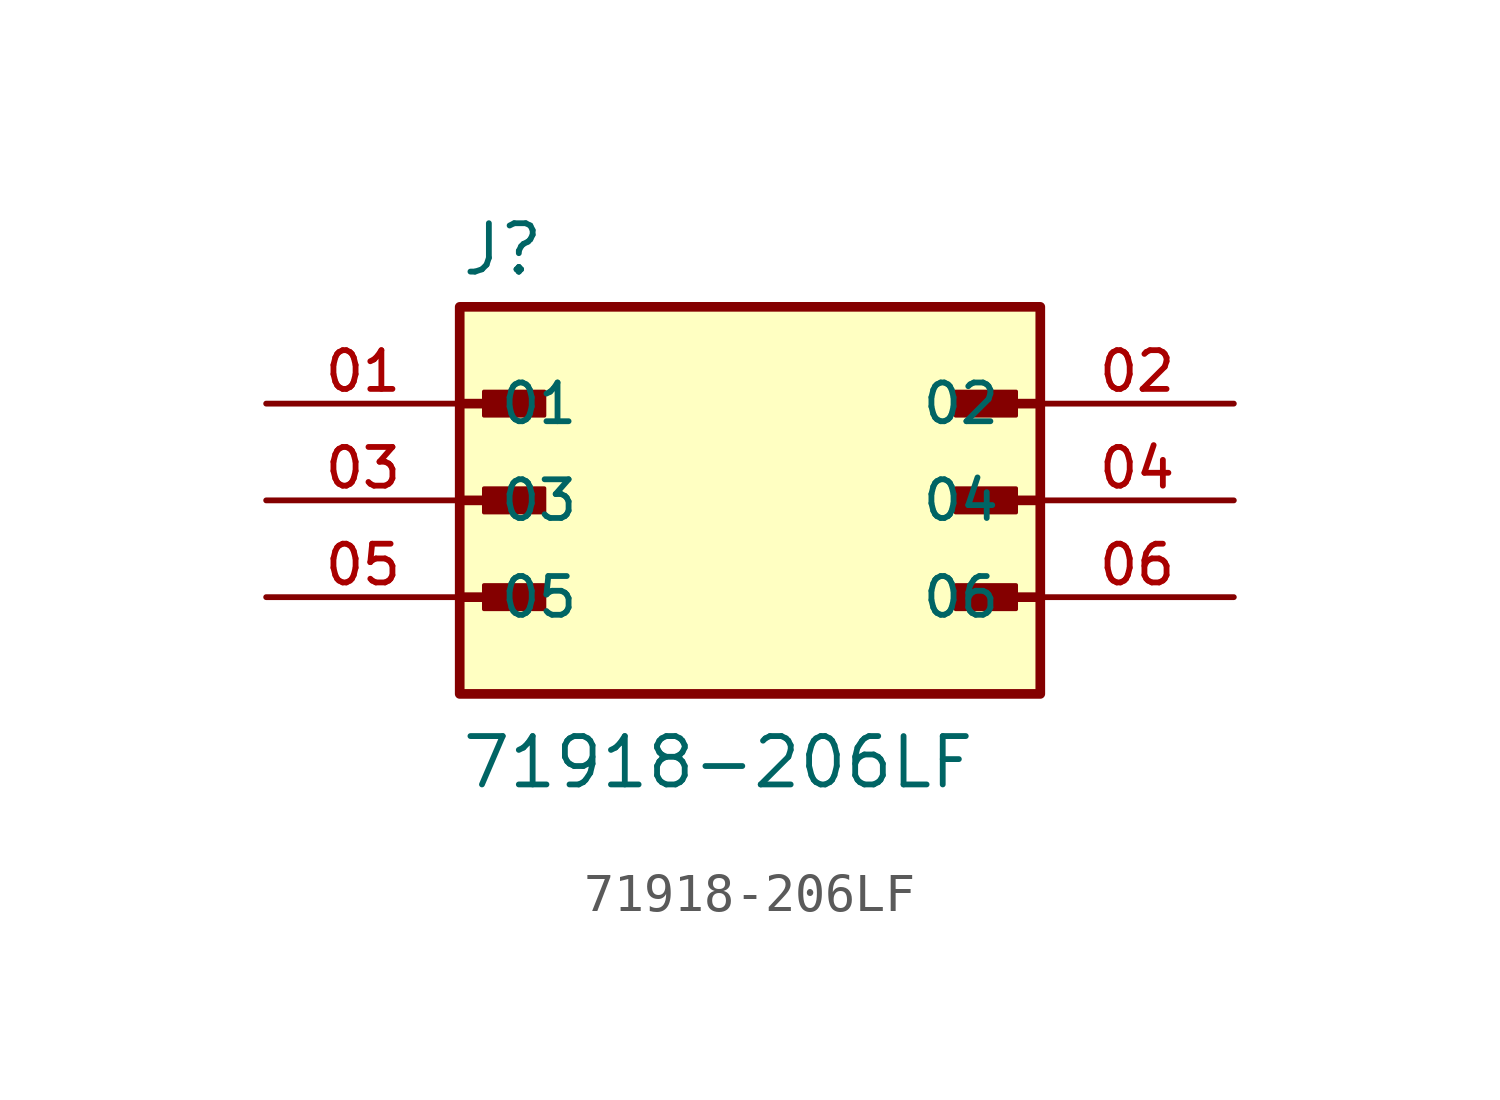
<source format=kicad_sym>
(kicad_symbol_lib
  (version 20211014)
  (generator kicad_symbol_editor)
  (symbol "71918-206LF"
    (pin_names
      (offset 1.016))
    (property "Reference" "J"
      (at -7.62 5.842 0)
      (effects (font (size 1.27 1.27)) (justify bottom left)))
    (property "Value" "71918-206LF"
      (at -7.62 -7.62 0)
      (effects (font (size 1.27 1.27)) (justify bottom left)))
    (symbol "71918-206LF_0_0"
      (polyline (pts (xy -7.62 2.54) (xy -5.715 2.54)) (stroke (width 0.254)))
      (rectangle (start -6.985 2.223) (end -5.397 2.857) (stroke (width 0.1)) (fill (type outline)))
      (polyline (pts (xy 7.62 2.54) (xy 5.715 2.54)) (stroke (width 0.254)))
      (rectangle (start 5.397 2.223) (end 6.985 2.857) (stroke (width 0.1)) (fill (type outline)))
      (polyline (pts (xy -7.62 0.0) (xy -5.715 0.0)) (stroke (width 0.254)))
      (rectangle (start -6.985 -0.318) (end -5.397 0.318) (stroke (width 0.1)) (fill (type outline)))
      (polyline (pts (xy 7.62 0.0) (xy 5.715 0.0)) (stroke (width 0.254)))
      (rectangle (start 5.397 -0.318) (end 6.985 0.318) (stroke (width 0.1)) (fill (type outline)))
      (polyline (pts (xy -7.62 -2.54) (xy -5.715 -2.54)) (stroke (width 0.254)))
      (rectangle (start -6.985 -2.857) (end -5.397 -2.223) (stroke (width 0.1)) (fill (type outline)))
      (polyline (pts (xy 7.62 -2.54) (xy 5.715 -2.54)) (stroke (width 0.254)))
      (rectangle (start 5.397 -2.857) (end 6.985 -2.223) (stroke (width 0.1)) (fill (type outline)))
      (rectangle (start -7.62 -5.08) (end 7.62 5.08) (stroke (width 0.254)) (fill (type background)))
      (pin passive line (at -12.7 2.54 0) (length 5.08) (name "01" (effects (font (size 1.016 1.016)))) (number "01" (effects (font (size 1.016 1.016)))))
      (pin passive line (at 12.7 2.54 180.0) (length 5.08) (name "02" (effects (font (size 1.016 1.016)))) (number "02" (effects (font (size 1.016 1.016)))))
      (pin passive line (at -12.7 0.0 0) (length 5.08) (name "03" (effects (font (size 1.016 1.016)))) (number "03" (effects (font (size 1.016 1.016)))))
      (pin passive line (at 12.7 0.0 180.0) (length 5.08) (name "04" (effects (font (size 1.016 1.016)))) (number "04" (effects (font (size 1.016 1.016)))))
      (pin passive line (at -12.7 -2.54 0) (length 5.08) (name "05" (effects (font (size 1.016 1.016)))) (number "05" (effects (font (size 1.016 1.016)))))
      (pin passive line (at 12.7 -2.54 180.0) (length 5.08) (name "06" (effects (font (size 1.016 1.016)))) (number "06" (effects (font (size 1.016 1.016))))))))
</source>
